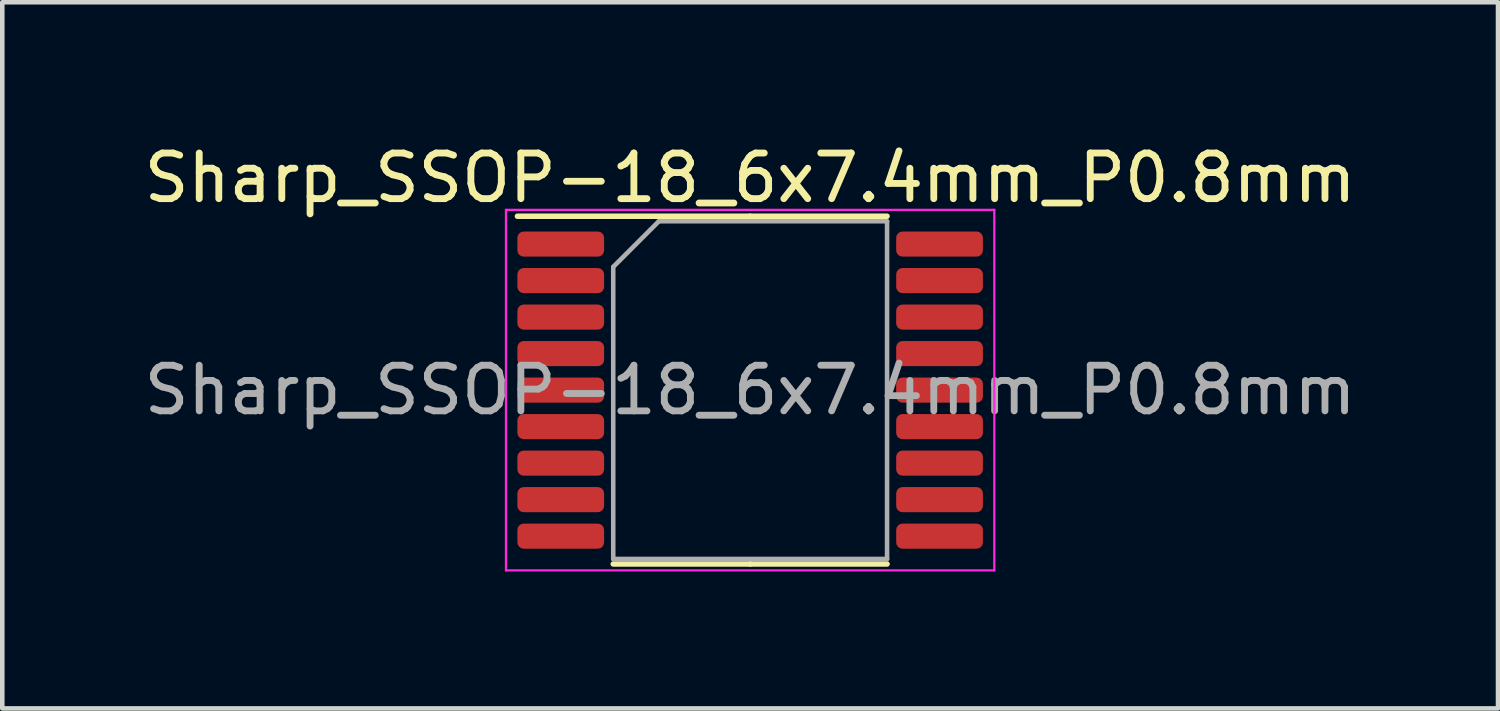
<source format=kicad_pcb>
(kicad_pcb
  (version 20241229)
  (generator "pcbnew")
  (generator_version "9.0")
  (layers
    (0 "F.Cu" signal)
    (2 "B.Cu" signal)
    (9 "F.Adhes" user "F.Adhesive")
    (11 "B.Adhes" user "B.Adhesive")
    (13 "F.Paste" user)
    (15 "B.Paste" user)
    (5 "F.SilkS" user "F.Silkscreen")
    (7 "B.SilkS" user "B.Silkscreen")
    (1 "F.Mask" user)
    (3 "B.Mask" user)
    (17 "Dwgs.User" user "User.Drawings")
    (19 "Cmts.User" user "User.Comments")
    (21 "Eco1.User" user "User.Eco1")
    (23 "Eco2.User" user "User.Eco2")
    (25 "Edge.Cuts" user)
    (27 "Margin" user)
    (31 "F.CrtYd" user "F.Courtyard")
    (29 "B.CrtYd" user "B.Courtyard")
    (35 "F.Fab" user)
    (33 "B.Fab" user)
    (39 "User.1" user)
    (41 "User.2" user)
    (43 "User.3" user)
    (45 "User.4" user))
  (footprint "Sharp_SSOP-18_6x7.4mm_P0.8mm"
    (layer "F.Cu")
    (at 13.387 5.498)
    (property "Reference" "Sharp_SSOP-18_6x7.4mm_P0.8mm" (at 0 -4.65 0) (layer "F.SilkS") (effects (font (size 1 1) (thickness 0.15))))
    (attr smd)
    (fp_line (start 0 -3.81) (end -5.1 -3.81) (stroke (width 0.12) (type solid)) (layer "F.SilkS"))
    (fp_line (start 0 -3.81) (end 3 -3.81) (stroke (width 0.12) (type solid)) (layer "F.SilkS"))
    (fp_line (start 0 3.81) (end -3 3.81) (stroke (width 0.12) (type solid)) (layer "F.SilkS"))
    (fp_line (start 0 3.81) (end 3 3.81) (stroke (width 0.12) (type solid)) (layer "F.SilkS"))
    (fp_line (start -5.35 -3.95) (end -5.35 3.95) (stroke (width 0.05) (type solid)) (layer "F.CrtYd"))
    (fp_line (start -5.35 3.95) (end 5.35 3.95) (stroke (width 0.05) (type solid)) (layer "F.CrtYd"))
    (fp_line (start 5.35 -3.95) (end -5.35 -3.95) (stroke (width 0.05) (type solid)) (layer "F.CrtYd"))
    (fp_line (start 5.35 3.95) (end 5.35 -3.95) (stroke (width 0.05) (type solid)) (layer "F.CrtYd"))
    (fp_line (start -3 -2.7) (end -2 -3.7) (stroke (width 0.1) (type solid)) (layer "F.Fab"))
    (fp_line (start -3 3.7) (end -3 -2.7) (stroke (width 0.1) (type solid)) (layer "F.Fab"))
    (fp_line (start -2 -3.7) (end 3 -3.7) (stroke (width 0.1) (type solid)) (layer "F.Fab"))
    (fp_line (start 3 -3.7) (end 3 3.7) (stroke (width 0.1) (type solid)) (layer "F.Fab"))
    (fp_line (start 3 3.7) (end -3 3.7) (stroke (width 0.1) (type solid)) (layer "F.Fab"))
    (fp_text user "${REFERENCE}" (at 0 0 0) (layer "F.Fab") (effects (font (size 1 1) (thickness 0.15))))
    (pad "1" smd roundrect (at -4.15 -3.2) (size 1.9 0.55) (layers "F.Cu" "F.Mask" "F.Paste") (roundrect_rratio 0.25))
    (pad "2" smd roundrect (at -4.15 -2.4) (size 1.9 0.55) (layers "F.Cu" "F.Mask" "F.Paste") (roundrect_rratio 0.25))
    (pad "3" smd roundrect (at -4.15 -1.6) (size 1.9 0.55) (layers "F.Cu" "F.Mask" "F.Paste") (roundrect_rratio 0.25))
    (pad "4" smd roundrect (at -4.15 -0.8) (size 1.9 0.55) (layers "F.Cu" "F.Mask" "F.Paste") (roundrect_rratio 0.25))
    (pad "5" smd roundrect (at -4.15 0) (size 1.9 0.55) (layers "F.Cu" "F.Mask" "F.Paste") (roundrect_rratio 0.25))
    (pad "6" smd roundrect (at -4.15 0.8) (size 1.9 0.55) (layers "F.Cu" "F.Mask" "F.Paste") (roundrect_rratio 0.25))
    (pad "7" smd roundrect (at -4.15 1.6) (size 1.9 0.55) (layers "F.Cu" "F.Mask" "F.Paste") (roundrect_rratio 0.25))
    (pad "8" smd roundrect (at -4.15 2.4) (size 1.9 0.55) (layers "F.Cu" "F.Mask" "F.Paste") (roundrect_rratio 0.25))
    (pad "9" smd roundrect (at -4.15 3.2) (size 1.9 0.55) (layers "F.Cu" "F.Mask" "F.Paste") (roundrect_rratio 0.25))
    (pad "10" smd roundrect (at 4.15 3.2) (size 1.9 0.55) (layers "F.Cu" "F.Mask" "F.Paste") (roundrect_rratio 0.25))
    (pad "11" smd roundrect (at 4.15 2.4) (size 1.9 0.55) (layers "F.Cu" "F.Mask" "F.Paste") (roundrect_rratio 0.25))
    (pad "12" smd roundrect (at 4.15 1.6) (size 1.9 0.55) (layers "F.Cu" "F.Mask" "F.Paste") (roundrect_rratio 0.25))
    (pad "13" smd roundrect (at 4.15 0.8) (size 1.9 0.55) (layers "F.Cu" "F.Mask" "F.Paste") (roundrect_rratio 0.25))
    (pad "14" smd roundrect (at 4.15 0) (size 1.9 0.55) (layers "F.Cu" "F.Mask" "F.Paste") (roundrect_rratio 0.25))
    (pad "15" smd roundrect (at 4.15 -0.8) (size 1.9 0.55) (layers "F.Cu" "F.Mask" "F.Paste") (roundrect_rratio 0.25))
    (pad "16" smd roundrect (at 4.15 -1.6) (size 1.9 0.55) (layers "F.Cu" "F.Mask" "F.Paste") (roundrect_rratio 0.25))
    (pad "17" smd roundrect (at 4.15 -2.4) (size 1.9 0.55) (layers "F.Cu" "F.Mask" "F.Paste") (roundrect_rratio 0.25))
    (pad "18" smd roundrect (at 4.15 -3.2) (size 1.9 0.55) (layers "F.Cu" "F.Mask" "F.Paste") (roundrect_rratio 0.25)))
  (gr_rect
    (start -3 -3)
    (end 29.774 12.473)
    (stroke (width 0.1) (type default))
    (fill no)
    (layer "Edge.Cuts")))
</source>
